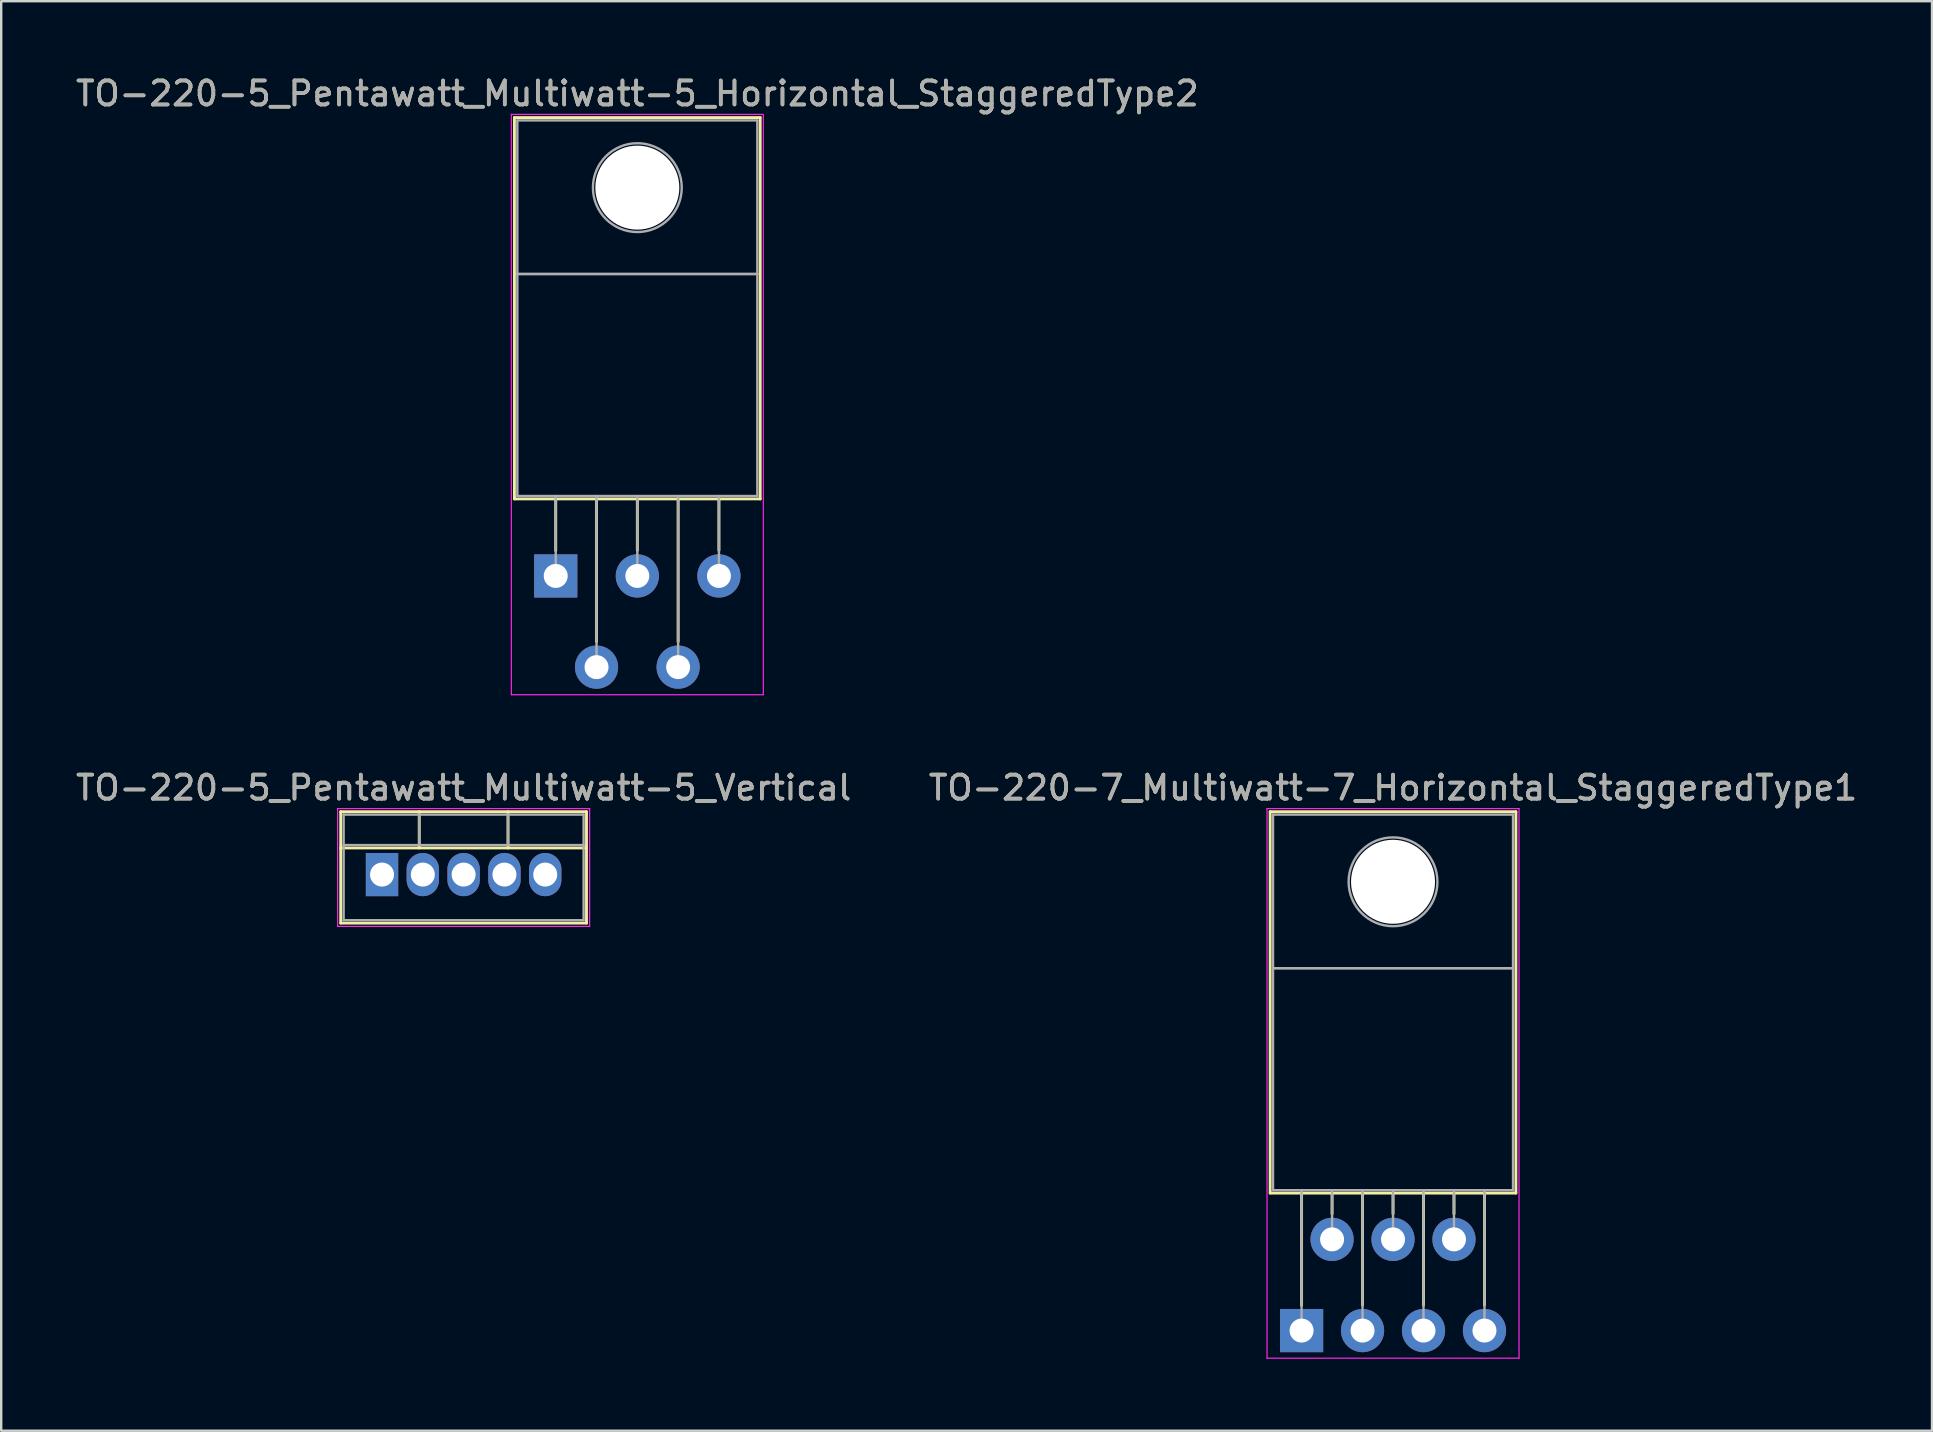
<source format=kicad_pcb>
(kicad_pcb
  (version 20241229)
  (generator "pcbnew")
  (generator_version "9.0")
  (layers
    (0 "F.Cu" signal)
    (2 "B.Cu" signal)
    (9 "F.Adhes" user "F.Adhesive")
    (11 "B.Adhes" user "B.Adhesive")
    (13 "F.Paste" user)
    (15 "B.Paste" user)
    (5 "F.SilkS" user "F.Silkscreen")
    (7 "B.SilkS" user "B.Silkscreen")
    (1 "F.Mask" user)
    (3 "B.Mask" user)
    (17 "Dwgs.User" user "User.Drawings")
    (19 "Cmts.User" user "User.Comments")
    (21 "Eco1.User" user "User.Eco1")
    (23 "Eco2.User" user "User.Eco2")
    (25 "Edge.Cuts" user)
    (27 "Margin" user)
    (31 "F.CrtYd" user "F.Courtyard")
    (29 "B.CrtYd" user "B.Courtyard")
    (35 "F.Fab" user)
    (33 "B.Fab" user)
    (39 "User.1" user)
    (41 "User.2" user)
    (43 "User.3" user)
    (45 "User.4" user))
  (footprint "TO-220-7_Multiwatt-7_Horizontal_StaggeredType1"
    (layer "F.Cu")
    (at 51.184 52.392)
    (property "Reference" "TO-220-7_Multiwatt-7_Horizontal_StaggeredType1" (at 3.81 -22.62 0) (layer "F.SilkS") (effects (font (size 1 1) (thickness 0.15))))
    (attr through_hole)
    (fp_line (start -1.31 -21.62) (end -1.31 -5.73) (stroke (width 0.12) (type solid)) (layer "F.SilkS"))
    (fp_line (start -1.31 -21.62) (end 8.93 -21.62) (stroke (width 0.12) (type solid)) (layer "F.SilkS"))
    (fp_line (start -1.31 -5.73) (end 8.93 -5.73) (stroke (width 0.12) (type solid)) (layer "F.SilkS"))
    (fp_line (start 0 -5.73) (end 0 -1.05) (stroke (width 0.12) (type solid)) (layer "F.SilkS"))
    (fp_line (start 1.27 -5.73) (end 1.27 -4.866) (stroke (width 0.12) (type solid)) (layer "F.SilkS"))
    (fp_line (start 2.54 -5.73) (end 2.54 -1.065) (stroke (width 0.12) (type solid)) (layer "F.SilkS"))
    (fp_line (start 3.81 -5.73) (end 3.81 -4.866) (stroke (width 0.12) (type solid)) (layer "F.SilkS"))
    (fp_line (start 5.08 -5.73) (end 5.08 -1.065) (stroke (width 0.12) (type solid)) (layer "F.SilkS"))
    (fp_line (start 6.35 -5.73) (end 6.35 -4.866) (stroke (width 0.12) (type solid)) (layer "F.SilkS"))
    (fp_line (start 7.62 -5.73) (end 7.62 -1.065) (stroke (width 0.12) (type solid)) (layer "F.SilkS"))
    (fp_line (start 8.93 -21.62) (end 8.93 -5.73) (stroke (width 0.12) (type solid)) (layer "F.SilkS"))
    (fp_line (start -1.44 -21.75) (end -1.44 1.15) (stroke (width 0.05) (type solid)) (layer "F.CrtYd"))
    (fp_line (start -1.44 1.15) (end 9.06 1.15) (stroke (width 0.05) (type solid)) (layer "F.CrtYd"))
    (fp_line (start 9.06 -21.75) (end -1.44 -21.75) (stroke (width 0.05) (type solid)) (layer "F.CrtYd"))
    (fp_line (start 9.06 1.15) (end 9.06 -21.75) (stroke (width 0.05) (type solid)) (layer "F.CrtYd"))
    (fp_line (start -1.19 -21.5) (end 8.81 -21.5) (stroke (width 0.1) (type solid)) (layer "F.Fab"))
    (fp_line (start -1.19 -15.1) (end -1.19 -21.5) (stroke (width 0.1) (type solid)) (layer "F.Fab"))
    (fp_line (start -1.19 -15.1) (end 8.81 -15.1) (stroke (width 0.1) (type solid)) (layer "F.Fab"))
    (fp_line (start -1.19 -5.85) (end -1.19 -15.1) (stroke (width 0.1) (type solid)) (layer "F.Fab"))
    (fp_line (start 0 -5.85) (end 0 0) (stroke (width 0.1) (type solid)) (layer "F.Fab"))
    (fp_line (start 1.27 -5.85) (end 1.27 -3.8) (stroke (width 0.1) (type solid)) (layer "F.Fab"))
    (fp_line (start 2.54 -5.85) (end 2.54 0) (stroke (width 0.1) (type solid)) (layer "F.Fab"))
    (fp_line (start 3.81 -5.85) (end 3.81 -3.8) (stroke (width 0.1) (type solid)) (layer "F.Fab"))
    (fp_line (start 5.08 -5.85) (end 5.08 0) (stroke (width 0.1) (type solid)) (layer "F.Fab"))
    (fp_line (start 6.35 -5.85) (end 6.35 -3.8) (stroke (width 0.1) (type solid)) (layer "F.Fab"))
    (fp_line (start 7.62 -5.85) (end 7.62 0) (stroke (width 0.1) (type solid)) (layer "F.Fab"))
    (fp_line (start 8.81 -21.5) (end 8.81 -15.1) (stroke (width 0.1) (type solid)) (layer "F.Fab"))
    (fp_line (start 8.81 -15.1) (end -1.19 -15.1) (stroke (width 0.1) (type solid)) (layer "F.Fab"))
    (fp_line (start 8.81 -15.1) (end 8.81 -5.85) (stroke (width 0.1) (type solid)) (layer "F.Fab"))
    (fp_line (start 8.81 -5.85) (end -1.19 -5.85) (stroke (width 0.1) (type solid)) (layer "F.Fab"))
    (fp_circle (center 3.81 -18.7) (end 5.66 -18.7) (stroke (width 0.1) (type solid)) (fill no) (layer "F.Fab"))
    (fp_text user "${REFERENCE}" (at 3.81 -22.62 0) (layer "F.Fab") (effects (font (size 1 1) (thickness 0.15))))
    (pad "" np_thru_hole oval (at 3.81 -18.7) (size 3.5 3.5) (drill 3.5) (layers "*.Cu" "*.Mask"))
    (pad "1" thru_hole rect (at 0 0) (size 1.8 1.8) (drill 1) (layers "*.Cu" "*.Mask"))
    (pad "2" thru_hole oval (at 1.27 -3.8) (size 1.8 1.8) (drill 1) (layers "*.Cu" "*.Mask"))
    (pad "3" thru_hole oval (at 2.54 0) (size 1.8 1.8) (drill 1) (layers "*.Cu" "*.Mask"))
    (pad "4" thru_hole oval (at 3.81 -3.8) (size 1.8 1.8) (drill 1) (layers "*.Cu" "*.Mask"))
    (pad "5" thru_hole oval (at 5.08 0) (size 1.8 1.8) (drill 1) (layers "*.Cu" "*.Mask"))
    (pad "6" thru_hole oval (at 6.35 -3.8) (size 1.8 1.8) (drill 1) (layers "*.Cu" "*.Mask"))
    (pad "7" thru_hole oval (at 7.62 0) (size 1.8 1.8) (drill 1) (layers "*.Cu" "*.Mask")))
  (footprint "TO-220-5_Pentawatt_Multiwatt-5_Vertical"
    (layer "F.Cu")
    (at 12.868 33.392)
    (property "Reference" "TO-220-5_Pentawatt_Multiwatt-5_Vertical" (at 3.4 -3.62 0) (layer "F.SilkS") (effects (font (size 1 1) (thickness 0.15))))
    (attr through_hole)
    (fp_line (start -1.721 -2.62) (end -1.721 2.021) (stroke (width 0.12) (type solid)) (layer "F.SilkS"))
    (fp_line (start -1.721 -2.62) (end 8.52 -2.62) (stroke (width 0.12) (type solid)) (layer "F.SilkS"))
    (fp_line (start -1.721 -1.11) (end 8.52 -1.11) (stroke (width 0.12) (type solid)) (layer "F.SilkS"))
    (fp_line (start -1.721 2.021) (end 8.52 2.021) (stroke (width 0.12) (type solid)) (layer "F.SilkS"))
    (fp_line (start 1.55 -2.62) (end 1.55 -1.11) (stroke (width 0.12) (type solid)) (layer "F.SilkS"))
    (fp_line (start 5.25 -2.62) (end 5.25 -1.11) (stroke (width 0.12) (type solid)) (layer "F.SilkS"))
    (fp_line (start 8.52 -2.62) (end 8.52 2.021) (stroke (width 0.12) (type solid)) (layer "F.SilkS"))
    (fp_line (start -1.85 -2.75) (end -1.85 2.16) (stroke (width 0.05) (type solid)) (layer "F.CrtYd"))
    (fp_line (start -1.85 2.16) (end 8.65 2.16) (stroke (width 0.05) (type solid)) (layer "F.CrtYd"))
    (fp_line (start 8.65 -2.75) (end -1.85 -2.75) (stroke (width 0.05) (type solid)) (layer "F.CrtYd"))
    (fp_line (start 8.65 2.16) (end 8.65 -2.75) (stroke (width 0.05) (type solid)) (layer "F.CrtYd"))
    (fp_line (start -1.6 -2.5) (end -1.6 1.9) (stroke (width 0.1) (type solid)) (layer "F.Fab"))
    (fp_line (start -1.6 -1.23) (end 8.4 -1.23) (stroke (width 0.1) (type solid)) (layer "F.Fab"))
    (fp_line (start -1.6 1.9) (end 8.4 1.9) (stroke (width 0.1) (type solid)) (layer "F.Fab"))
    (fp_line (start 1.55 -2.5) (end 1.55 -1.23) (stroke (width 0.1) (type solid)) (layer "F.Fab"))
    (fp_line (start 5.25 -2.5) (end 5.25 -1.23) (stroke (width 0.1) (type solid)) (layer "F.Fab"))
    (fp_line (start 8.4 -2.5) (end -1.6 -2.5) (stroke (width 0.1) (type solid)) (layer "F.Fab"))
    (fp_line (start 8.4 1.9) (end 8.4 -2.5) (stroke (width 0.1) (type solid)) (layer "F.Fab"))
    (fp_text user "${REFERENCE}" (at 3.4 -3.62 0) (layer "F.Fab") (effects (font (size 1 1) (thickness 0.15))))
    (pad "1" thru_hole rect (at 0 0) (size 1.35 1.8) (drill 1) (layers "*.Cu" "*.Mask"))
    (pad "2" thru_hole oval (at 1.7 0) (size 1.35 1.8) (drill 1) (layers "*.Cu" "*.Mask"))
    (pad "3" thru_hole oval (at 3.4 0) (size 1.35 1.8) (drill 1) (layers "*.Cu" "*.Mask"))
    (pad "4" thru_hole oval (at 5.1 0) (size 1.35 1.8) (drill 1) (layers "*.Cu" "*.Mask"))
    (pad "5" thru_hole oval (at 6.8 0) (size 1.35 1.8) (drill 1) (layers "*.Cu" "*.Mask")))
  (footprint "TO-220-5_Pentawatt_Multiwatt-5_Horizontal_StaggeredType2"
    (layer "F.Cu")
    (at 20.106 20.948)
    (property "Reference" "TO-220-5_Pentawatt_Multiwatt-5_Horizontal_StaggeredType2" (at 3.4 -20.1 0) (layer "F.SilkS") (effects (font (size 1 1) (thickness 0.15))))
    (attr through_hole)
    (fp_line (start -1.721 -19.1) (end -1.721 -3.21) (stroke (width 0.12) (type solid)) (layer "F.SilkS"))
    (fp_line (start -1.721 -19.1) (end 8.52 -19.1) (stroke (width 0.12) (type solid)) (layer "F.SilkS"))
    (fp_line (start -1.721 -3.21) (end 8.52 -3.21) (stroke (width 0.12) (type solid)) (layer "F.SilkS"))
    (fp_line (start 0 -3.21) (end 0 -1.05) (stroke (width 0.12) (type solid)) (layer "F.SilkS"))
    (fp_line (start 1.7 -3.21) (end 1.7 2.735) (stroke (width 0.12) (type solid)) (layer "F.SilkS"))
    (fp_line (start 3.4 -3.21) (end 3.4 -1.066) (stroke (width 0.12) (type solid)) (layer "F.SilkS"))
    (fp_line (start 5.1 -3.21) (end 5.1 2.735) (stroke (width 0.12) (type solid)) (layer "F.SilkS"))
    (fp_line (start 6.8 -3.21) (end 6.8 -1.066) (stroke (width 0.12) (type solid)) (layer "F.SilkS"))
    (fp_line (start 8.52 -19.1) (end 8.52 -3.21) (stroke (width 0.12) (type solid)) (layer "F.SilkS"))
    (fp_line (start -1.85 -19.23) (end -1.85 4.95) (stroke (width 0.05) (type solid)) (layer "F.CrtYd"))
    (fp_line (start -1.85 4.95) (end 8.65 4.95) (stroke (width 0.05) (type solid)) (layer "F.CrtYd"))
    (fp_line (start 8.65 -19.23) (end -1.85 -19.23) (stroke (width 0.05) (type solid)) (layer "F.CrtYd"))
    (fp_line (start 8.65 4.95) (end 8.65 -19.23) (stroke (width 0.05) (type solid)) (layer "F.CrtYd"))
    (fp_line (start -1.6 -18.98) (end 8.4 -18.98) (stroke (width 0.1) (type solid)) (layer "F.Fab"))
    (fp_line (start -1.6 -12.58) (end -1.6 -18.98) (stroke (width 0.1) (type solid)) (layer "F.Fab"))
    (fp_line (start -1.6 -12.58) (end 8.4 -12.58) (stroke (width 0.1) (type solid)) (layer "F.Fab"))
    (fp_line (start -1.6 -3.33) (end -1.6 -12.58) (stroke (width 0.1) (type solid)) (layer "F.Fab"))
    (fp_line (start 0 -3.33) (end 0 0) (stroke (width 0.1) (type solid)) (layer "F.Fab"))
    (fp_line (start 1.7 -3.33) (end 1.7 3.8) (stroke (width 0.1) (type solid)) (layer "F.Fab"))
    (fp_line (start 3.4 -3.33) (end 3.4 0) (stroke (width 0.1) (type solid)) (layer "F.Fab"))
    (fp_line (start 5.1 -3.33) (end 5.1 3.8) (stroke (width 0.1) (type solid)) (layer "F.Fab"))
    (fp_line (start 6.8 -3.33) (end 6.8 0) (stroke (width 0.1) (type solid)) (layer "F.Fab"))
    (fp_line (start 8.4 -18.98) (end 8.4 -12.58) (stroke (width 0.1) (type solid)) (layer "F.Fab"))
    (fp_line (start 8.4 -12.58) (end -1.6 -12.58) (stroke (width 0.1) (type solid)) (layer "F.Fab"))
    (fp_line (start 8.4 -12.58) (end 8.4 -3.33) (stroke (width 0.1) (type solid)) (layer "F.Fab"))
    (fp_line (start 8.4 -3.33) (end -1.6 -3.33) (stroke (width 0.1) (type solid)) (layer "F.Fab"))
    (fp_circle (center 3.4 -16.18) (end 5.25 -16.18) (stroke (width 0.1) (type solid)) (fill no) (layer "F.Fab"))
    (fp_text user "${REFERENCE}" (at 3.4 -20.1 0) (layer "F.Fab") (effects (font (size 1 1) (thickness 0.15))))
    (pad "" np_thru_hole oval (at 3.4 -16.18) (size 3.5 3.5) (drill 3.5) (layers "*.Cu" "*.Mask"))
    (pad "1" thru_hole rect (at 0 0) (size 1.8 1.8) (drill 1) (layers "*.Cu" "*.Mask"))
    (pad "2" thru_hole oval (at 1.7 3.8) (size 1.8 1.8) (drill 1) (layers "*.Cu" "*.Mask"))
    (pad "3" thru_hole oval (at 3.4 0) (size 1.8 1.8) (drill 1) (layers "*.Cu" "*.Mask"))
    (pad "4" thru_hole oval (at 5.1 3.8) (size 1.8 1.8) (drill 1) (layers "*.Cu" "*.Mask"))
    (pad "5" thru_hole oval (at 6.8 0) (size 1.8 1.8) (drill 1) (layers "*.Cu" "*.Mask")))
  (gr_rect
    (start -3 -3)
    (end 77.452 56.566)
    (stroke (width 0.1) (type default))
    (fill no)
    (layer "Edge.Cuts")))
</source>
